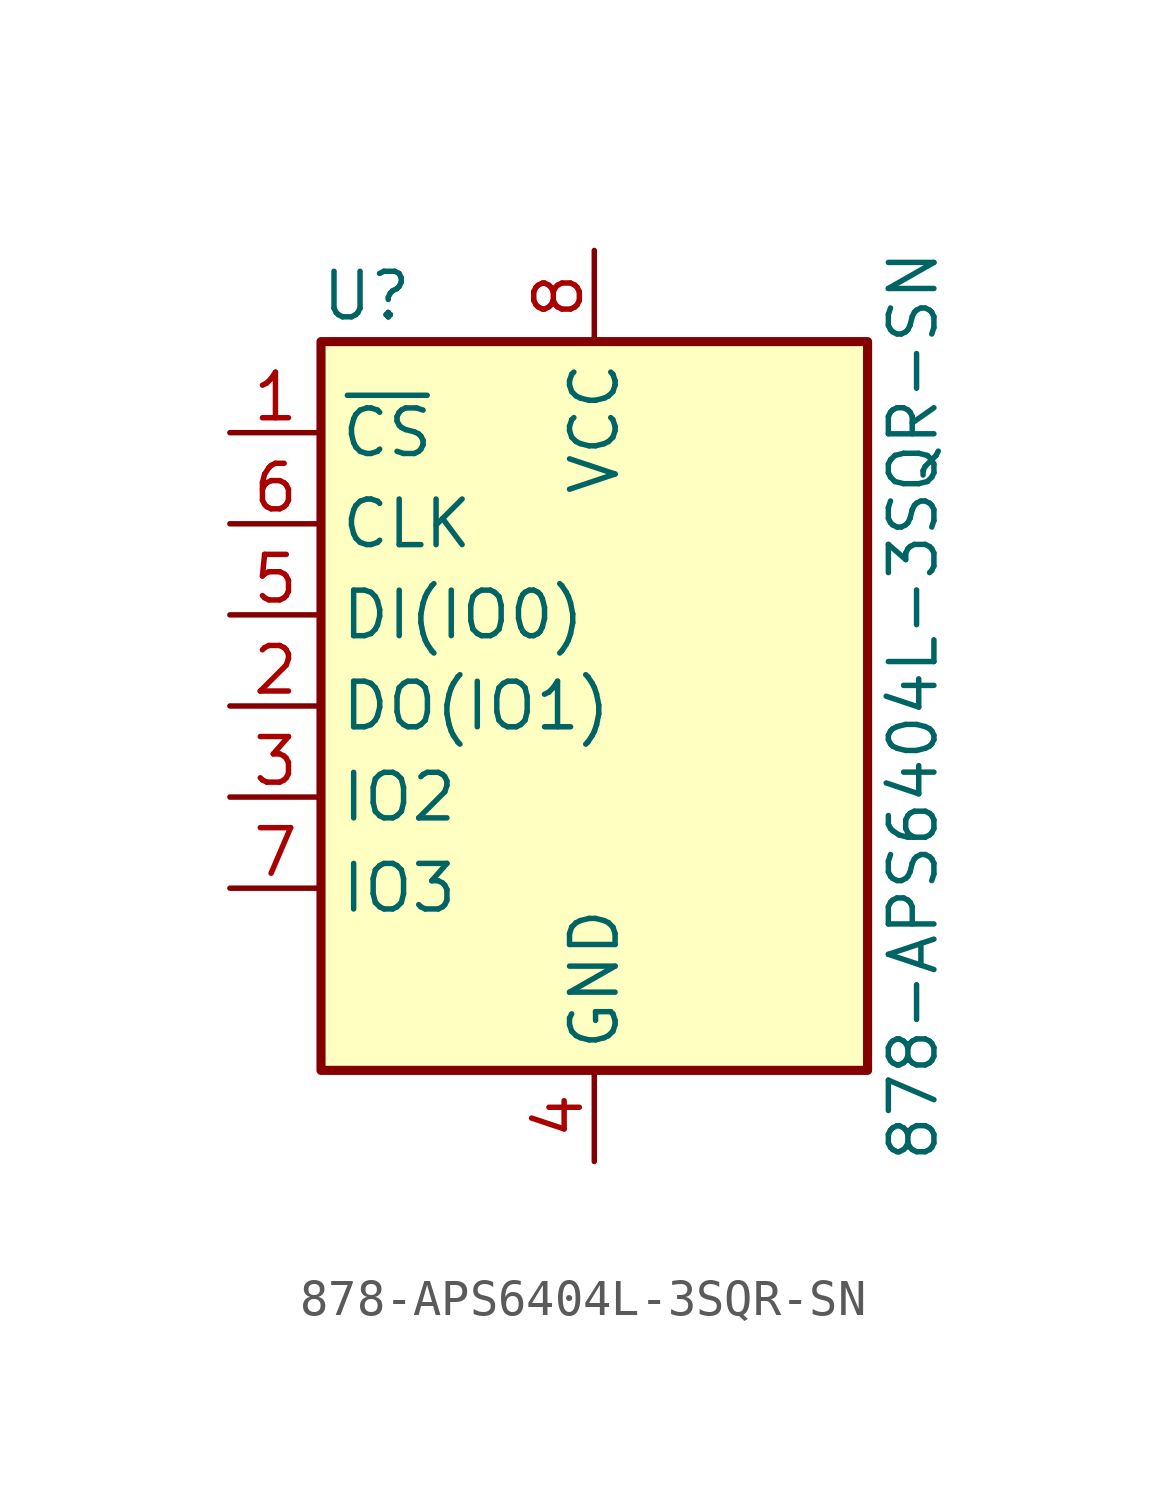
<source format=kicad_sym>
(kicad_symbol_lib
  (version 20220914)
  (generator kicad_symbol_editor)
  (symbol "878-APS6404L-3SQR-SN"
    (property "Reference" "U"
      (at -6.35 11.43 0)
      (effects (font (size 1.27 1.27))))
    (property "Value" "878-APS6404L-3SQR-SN"
      (at 8.89 0 90)
      (effects (font (size 1.27 1.27))))
    (symbol "878-APS6404L-3SQR-SN_0_1"
      (rectangle (start -7.62 10.16) (end 7.62 -10.16) (stroke (width 0.254) (type default)) (fill (type background))))
    (symbol "878-APS6404L-3SQR-SN_1_1"
      (pin input line (at -10.16 7.62 0) (length 2.54) (name "~{CS}" (effects (font (size 1.27 1.27)))) (number "1" (effects (font (size 1.27 1.27)))))
      (pin bidirectional line (at -10.16 0 0) (length 2.54) (name "DO(IO1)" (effects (font (size 1.27 1.27)))) (number "2" (effects (font (size 1.27 1.27)))))
      (pin bidirectional line (at -10.16 -2.54 0) (length 2.54) (name "IO2" (effects (font (size 1.27 1.27)))) (number "3" (effects (font (size 1.27 1.27)))))
      (pin power_in line (at 0 -12.7 90) (length 2.54) (name "GND" (effects (font (size 1.27 1.27)))) (number "4" (effects (font (size 1.27 1.27)))))
      (pin bidirectional line (at -10.16 2.54 0) (length 2.54) (name "DI(IO0)" (effects (font (size 1.27 1.27)))) (number "5" (effects (font (size 1.27 1.27)))))
      (pin input line (at -10.16 5.08 0) (length 2.54) (name "CLK" (effects (font (size 1.27 1.27)))) (number "6" (effects (font (size 1.27 1.27)))))
      (pin bidirectional line (at -10.16 -5.08 0) (length 2.54) (name "IO3" (effects (font (size 1.27 1.27)))) (number "7" (effects (font (size 1.27 1.27)))))
      (pin power_in line (at 0 12.7 270) (length 2.54) (name "VCC" (effects (font (size 1.27 1.27)))) (number "8" (effects (font (size 1.27 1.27))))))))
</source>
